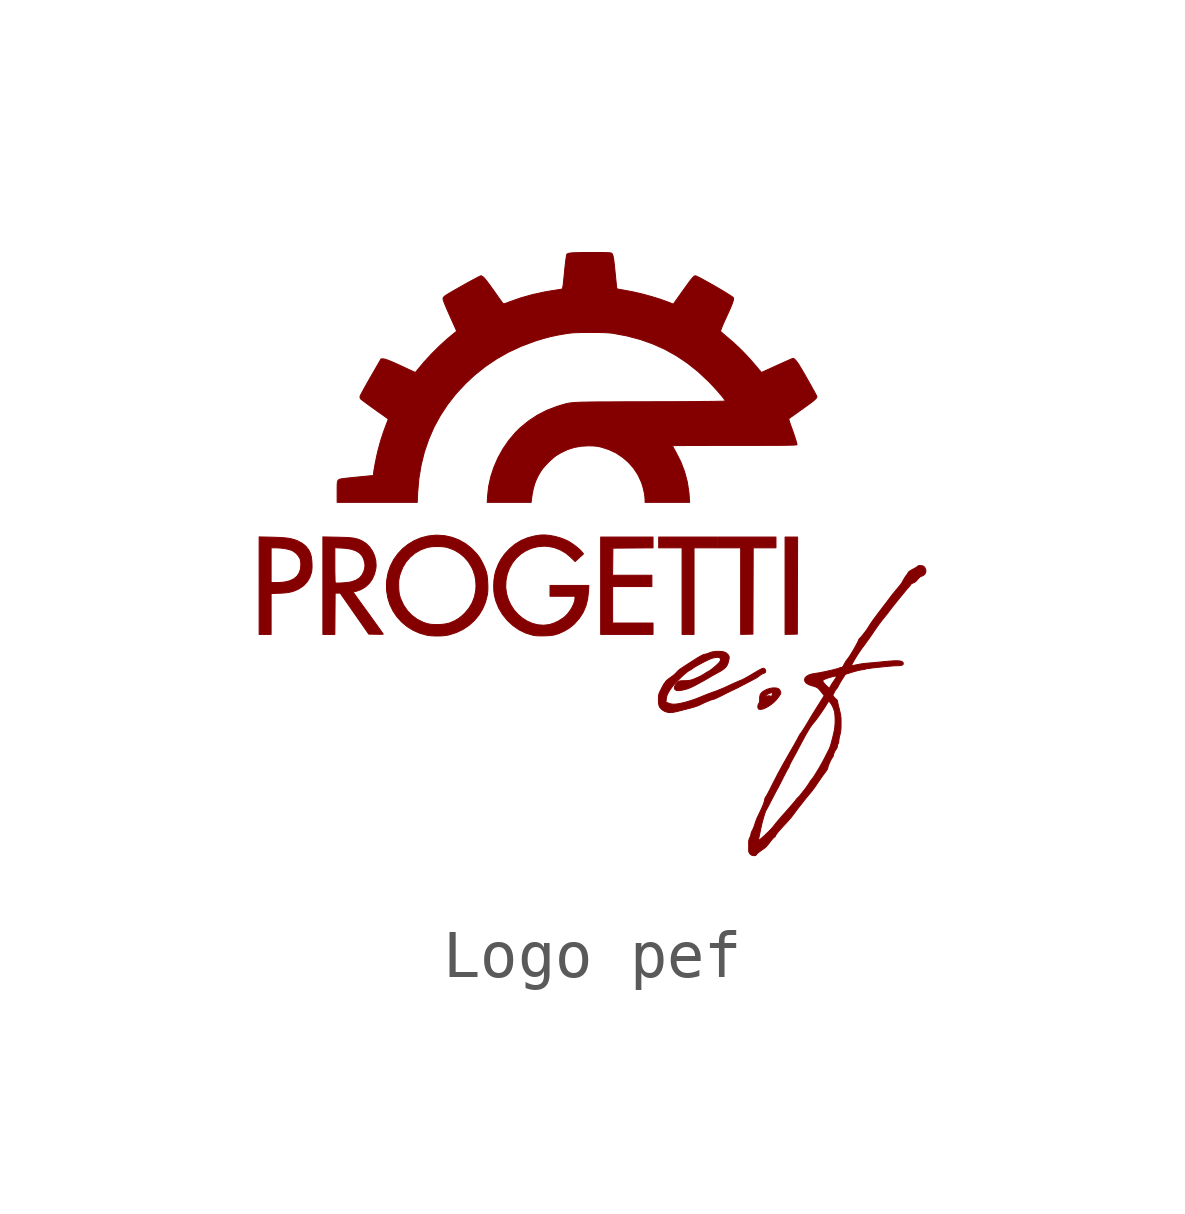
<source format=kicad_sym>
(kicad_symbol_lib
  (version 20211014)
  (generator kicad_symbol_editor)
  (symbol "Logo pef"
    (pin_names
      (offset 1.016))
    (property "Reference" "#G"
      (at 0 6.361 0)
      (effects (font (size 1.27 1.27)) hide))
    (symbol "Logo pef_0_0"
      (polyline (pts (xy 4.147 -1.61) (xy 4.275 -1.607) (xy 4.281 0.415) (xy 4.02 0.415) (xy 4.02 -1.613) (xy 4.147 -1.61)) (stroke (width 0.01) (type default) (color 0 0 0 0)) (fill (type outline)))
      (polyline (pts (xy 2.123 0.19) (xy 2.609 0.19) (xy 2.609 0.415) (xy 1.387 0.415) (xy 1.387 0.19) (xy 1.874 0.19) (xy 1.874 -1.613) (xy 2.123 -1.613) (xy 2.123 0.19)) (stroke (width 0.01) (type default) (color 0 0 0 0)) (fill (type outline)))
      (polyline (pts (xy 3.222 -1.61) (xy 3.35 -1.607) (xy 3.353 -0.709) (xy 3.356 0.19) (xy 3.83 0.19) (xy 3.83 0.415) (xy 2.621 0.415) (xy 2.621 0.19) (xy 3.095 0.19) (xy 3.095 -1.613) (xy 3.222 -1.61)) (stroke (width 0.01) (type default) (color 0 0 0 0)) (fill (type outline)))
      (polyline (pts (xy 1.269 -1.376) (xy 0.427 -1.376) (xy 0.427 -0.617) (xy 1.245 -0.617) (xy 1.245 -0.38) (xy 0.426 -0.38) (xy 0.43 -0.098) (xy 0.433 0.184) (xy 1.269 0.19) (xy 1.269 0.415) (xy 0.178 0.415) (xy 0.178 -1.613) (xy 1.269 -1.613) (xy 1.269 -1.376)) (stroke (width 0.01) (type default) (color 0 0 0 0)) (fill (type outline)))
      (polyline (pts (xy 3.558 -3.167) (xy 3.612 -3.145) (xy 3.671 -3.113) (xy 3.731 -3.072) (xy 3.788 -3.025) (xy 3.84 -2.973) (xy 3.883 -2.919) (xy 3.909 -2.88) (xy 3.925 -2.853) (xy 3.931 -2.834) (xy 3.929 -2.817) (xy 3.921 -2.795) (xy 3.906 -2.767) (xy 3.881 -2.743) (xy 3.844 -2.731) (xy 3.79 -2.727) (xy 3.727 -2.733) (xy 3.642 -2.757) (xy 3.567 -2.797) (xy 3.536 -2.822) (xy 3.507 -2.858) (xy 3.493 -2.902) (xy 3.493 -2.902) (xy 3.606 -2.902) (xy 3.616 -2.889) (xy 3.631 -2.874) (xy 3.674 -2.848) (xy 3.728 -2.829) (xy 3.731 -2.828) (xy 3.752 -2.825) (xy 3.758 -2.834) (xy 3.755 -2.86) (xy 3.751 -2.875) (xy 3.741 -2.902) (xy 3.73 -2.913) (xy 3.722 -2.906) (xy 3.709 -2.895) (xy 3.679 -2.892) (xy 3.635 -2.9) (xy 3.613 -2.905) (xy 3.606 -2.902) (xy 3.493 -2.902) (xy 3.49 -2.961) (xy 3.49 -3) (xy 3.484 -3.034) (xy 3.471 -3.056) (xy 3.463 -3.068) (xy 3.453 -3.102) (xy 3.453 -3.137) (xy 3.465 -3.164) (xy 3.477 -3.172) (xy 3.512 -3.176) (xy 3.558 -3.167)) (stroke (width 0.01) (type default) (color 0 0 0 0)) (fill (type outline)))
      (polyline (pts (xy -6.688 -0.762) (xy -6.513 -0.755) (xy -6.466 -0.753) (xy -6.377 -0.746) (xy -6.303 -0.735) (xy -6.238 -0.719) (xy -6.177 -0.697) (xy -6.115 -0.667) (xy -6.101 -0.659) (xy -6.009 -0.596) (xy -5.935 -0.517) (xy -5.881 -0.424) (xy -5.846 -0.319) (xy -5.84 -0.283) (xy -5.835 -0.212) (xy -5.836 -0.133) (xy -5.842 -0.054) (xy -5.853 0.017) (xy -5.869 0.073) (xy -5.901 0.141) (xy -5.962 0.221) (xy -6.041 0.286) (xy -6.139 0.337) (xy -6.14 0.338) (xy -6.194 0.358) (xy -6.249 0.374) (xy -6.308 0.387) (xy -6.375 0.396) (xy -6.453 0.403) (xy -6.547 0.408) (xy -6.661 0.412) (xy -6.937 0.418) (xy -6.937 -0.534) (xy -6.688 -0.534) (xy -6.688 0.19) (xy -6.582 0.19) (xy -6.57 0.19) (xy -6.484 0.185) (xy -6.398 0.174) (xy -6.32 0.157) (xy -6.258 0.137) (xy -6.229 0.122) (xy -6.173 0.081) (xy -6.125 0.03) (xy -6.092 -0.023) (xy -6.083 -0.044) (xy -6.072 -0.098) (xy -6.068 -0.166) (xy -6.076 -0.253) (xy -6.104 -0.335) (xy -6.15 -0.402) (xy -6.215 -0.456) (xy -6.3 -0.496) (xy -6.403 -0.521) (xy -6.409 -0.522) (xy -6.462 -0.528) (xy -6.524 -0.532) (xy -6.584 -0.533) (xy -6.688 -0.534) (xy -6.937 -0.534) (xy -6.937 -1.613) (xy -6.688 -1.613) (xy -6.688 -0.762)) (stroke (width 0.01) (type default) (color 0 0 0 0)) (fill (type outline)))
      (polyline (pts (xy -5.357 -1.183) (xy -5.354 -0.753) (xy -5.248 -0.753) (xy -4.653 -1.607) (xy -4.502 -1.61) (xy -4.494 -1.61) (xy -4.439 -1.611) (xy -4.393 -1.611) (xy -4.363 -1.609) (xy -4.352 -1.607) (xy -4.356 -1.6) (xy -4.373 -1.576) (xy -4.401 -1.536) (xy -4.44 -1.482) (xy -4.487 -1.416) (xy -4.541 -1.341) (xy -4.601 -1.257) (xy -4.666 -1.168) (xy -4.718 -1.096) (xy -4.779 -1.012) (xy -4.835 -0.934) (xy -4.884 -0.867) (xy -4.924 -0.81) (xy -4.954 -0.767) (xy -4.974 -0.74) (xy -4.98 -0.729) (xy -4.977 -0.726) (xy -4.958 -0.723) (xy -4.941 -0.721) (xy -4.907 -0.712) (xy -4.867 -0.699) (xy -4.812 -0.677) (xy -4.719 -0.621) (xy -4.64 -0.547) (xy -4.578 -0.457) (xy -4.532 -0.353) (xy -4.505 -0.237) (xy -4.5 -0.18) (xy -4.507 -0.075) (xy -4.533 0.027) (xy -4.577 0.123) (xy -4.636 0.209) (xy -4.709 0.281) (xy -4.793 0.335) (xy -4.795 0.336) (xy -4.839 0.356) (xy -4.882 0.372) (xy -4.927 0.384) (xy -4.977 0.394) (xy -5.037 0.401) (xy -5.11 0.406) (xy -5.2 0.409) (xy -5.309 0.412) (xy -5.609 0.418) (xy -5.609 0.193) (xy -5.36 0.193) (xy -5.215 0.186) (xy -5.134 0.18) (xy -5.022 0.162) (xy -4.93 0.132) (xy -4.857 0.091) (xy -4.801 0.036) (xy -4.763 -0.031) (xy -4.74 -0.112) (xy -4.736 -0.136) (xy -4.732 -0.18) (xy -4.736 -0.221) (xy -4.747 -0.271) (xy -4.756 -0.299) (xy -4.793 -0.376) (xy -4.847 -0.437) (xy -4.919 -0.483) (xy -5.01 -0.516) (xy -5.037 -0.521) (xy -5.084 -0.529) (xy -5.139 -0.535) (xy -5.197 -0.54) (xy -5.253 -0.543) (xy -5.3 -0.544) (xy -5.335 -0.543) (xy -5.351 -0.539) (xy -5.352 -0.536) (xy -5.354 -0.514) (xy -5.356 -0.472) (xy -5.357 -0.413) (xy -5.359 -0.341) (xy -5.36 -0.259) (xy -5.36 -0.168) (xy -5.36 0.193) (xy -5.609 0.193) (xy -5.609 -1.613) (xy -5.36 -1.613) (xy -5.357 -1.183)) (stroke (width 0.01) (type default) (color 0 0 0 0)) (fill (type outline)))
      (polyline (pts (xy -0.983 -1.643) (xy -0.899 -1.639) (xy -0.824 -1.631) (xy -0.765 -1.619) (xy -0.689 -1.594) (xy -0.579 -1.543) (xy -0.474 -1.48) (xy -0.384 -1.408) (xy -0.359 -1.383) (xy -0.263 -1.273) (xy -0.186 -1.153) (xy -0.13 -1.022) (xy -0.093 -0.878) (xy -0.075 -0.72) (xy -0.068 -0.593) (xy -0.877 -0.593) (xy -0.877 -0.818) (xy -0.356 -0.818) (xy -0.356 -0.858) (xy -0.362 -0.91) (xy -0.385 -0.981) (xy -0.421 -1.056) (xy -0.468 -1.13) (xy -0.521 -1.197) (xy -0.579 -1.253) (xy -0.616 -1.28) (xy -0.702 -1.334) (xy -0.793 -1.377) (xy -0.88 -1.405) (xy -0.896 -1.409) (xy -1.014 -1.422) (xy -1.13 -1.413) (xy -1.244 -1.384) (xy -1.352 -1.337) (xy -1.453 -1.273) (xy -1.546 -1.194) (xy -1.627 -1.102) (xy -1.694 -0.998) (xy -1.747 -0.884) (xy -1.783 -0.762) (xy -1.8 -0.633) (xy -1.8 -0.626) (xy -1.794 -0.488) (xy -1.768 -0.357) (xy -1.722 -0.235) (xy -1.659 -0.123) (xy -1.579 -0.024) (xy -1.485 0.061) (xy -1.378 0.13) (xy -1.26 0.182) (xy -1.132 0.214) (xy -0.997 0.225) (xy -0.916 0.221) (xy -0.787 0.195) (xy -0.663 0.148) (xy -0.547 0.08) (xy -0.444 -0.007) (xy -0.354 -0.095) (xy -0.18 0.064) (xy -0.212 0.105) (xy -0.225 0.12) (xy -0.264 0.16) (xy -0.316 0.204) (xy -0.375 0.249) (xy -0.434 0.291) (xy -0.489 0.325) (xy -0.562 0.36) (xy -0.663 0.398) (xy -0.772 0.428) (xy -0.882 0.449) (xy -0.985 0.459) (xy -1.076 0.457) (xy -1.193 0.439) (xy -1.342 0.401) (xy -1.478 0.344) (xy -1.602 0.269) (xy -1.716 0.174) (xy -1.718 0.172) (xy -1.816 0.068) (xy -1.895 -0.041) (xy -1.958 -0.16) (xy -2.01 -0.296) (xy -2.031 -0.384) (xy -2.046 -0.489) (xy -2.051 -0.6) (xy -2.048 -0.709) (xy -2.034 -0.807) (xy -2.004 -0.922) (xy -1.946 -1.065) (xy -1.865 -1.199) (xy -1.763 -1.324) (xy -1.647 -1.431) (xy -1.52 -1.519) (xy -1.384 -1.585) (xy -1.239 -1.629) (xy -1.216 -1.634) (xy -1.149 -1.641) (xy -1.069 -1.644) (xy -0.983 -1.643)) (stroke (width 0.01) (type default) (color 0 0 0 0)) (fill (type outline)))
      (polyline (pts (xy -3.18 -1.646) (xy -3.094 -1.641) (xy -3.022 -1.631) (xy -2.978 -1.622) (xy -2.828 -1.575) (xy -2.689 -1.508) (xy -2.563 -1.424) (xy -2.452 -1.323) (xy -2.357 -1.208) (xy -2.279 -1.079) (xy -2.22 -0.938) (xy -2.182 -0.787) (xy -2.179 -0.768) (xy -2.173 -0.702) (xy -2.172 -0.623) (xy -2.174 -0.538) (xy -2.18 -0.456) (xy -2.188 -0.383) (xy -2.2 -0.326) (xy -2.214 -0.281) (xy -2.244 -0.205) (xy -2.28 -0.127) (xy -2.319 -0.054) (xy -2.356 0.004) (xy -2.403 0.065) (xy -2.514 0.181) (xy -2.637 0.277) (xy -2.771 0.353) (xy -2.915 0.409) (xy -3.067 0.443) (xy -3.225 0.454) (xy -3.264 0.454) (xy -3.419 0.437) (xy -3.566 0.399) (xy -3.705 0.341) (xy -3.832 0.265) (xy -3.948 0.173) (xy -4.049 0.065) (xy -4.135 -0.057) (xy -4.203 -0.19) (xy -4.252 -0.335) (xy -4.28 -0.488) (xy -4.284 -0.539) (xy -4.031 -0.539) (xy -4.028 -0.489) (xy -4.021 -0.443) (xy -4.01 -0.393) (xy -3.997 -0.348) (xy -3.946 -0.219) (xy -3.876 -0.103) (xy -3.788 -0.002) (xy -3.685 0.083) (xy -3.568 0.15) (xy -3.438 0.197) (xy -3.411 0.203) (xy -3.337 0.214) (xy -3.251 0.218) (xy -3.162 0.217) (xy -3.08 0.21) (xy -3.012 0.197) (xy -3.01 0.196) (xy -2.884 0.15) (xy -2.768 0.083) (xy -2.665 -0.001) (xy -2.578 -0.101) (xy -2.509 -0.214) (xy -2.483 -0.27) (xy -2.446 -0.375) (xy -2.426 -0.482) (xy -2.419 -0.6) (xy -2.424 -0.692) (xy -2.45 -0.827) (xy -2.498 -0.953) (xy -2.567 -1.069) (xy -2.656 -1.174) (xy -2.706 -1.221) (xy -2.786 -1.284) (xy -2.87 -1.333) (xy -2.966 -1.373) (xy -3.003 -1.384) (xy -3.087 -1.4) (xy -3.181 -1.408) (xy -3.277 -1.409) (xy -3.367 -1.402) (xy -3.443 -1.387) (xy -3.523 -1.359) (xy -3.646 -1.297) (xy -3.755 -1.216) (xy -3.849 -1.118) (xy -3.927 -1.003) (xy -3.987 -0.873) (xy -3.999 -0.84) (xy -4.012 -0.796) (xy -4.02 -0.753) (xy -4.026 -0.701) (xy -4.029 -0.633) (xy -4.03 -0.601) (xy -4.031 -0.539) (xy -4.284 -0.539) (xy -4.285 -0.544) (xy -4.282 -0.698) (xy -4.258 -0.847) (xy -4.214 -0.989) (xy -4.15 -1.121) (xy -4.069 -1.243) (xy -3.97 -1.353) (xy -3.857 -1.448) (xy -3.73 -1.527) (xy -3.59 -1.589) (xy -3.439 -1.631) (xy -3.431 -1.632) (xy -3.357 -1.641) (xy -3.271 -1.646) (xy -3.18 -1.646)) (stroke (width 0.01) (type default) (color 0 0 0 0)) (fill (type outline)))
      (polyline (pts (xy 1.679 -3.238) (xy 1.773 -3.219) (xy 1.799 -3.212) (xy 1.852 -3.198) (xy 1.903 -3.185) (xy 1.974 -3.167) (xy 2.059 -3.145) (xy 2.125 -3.126) (xy 2.178 -3.109) (xy 2.219 -3.093) (xy 2.252 -3.078) (xy 2.254 -3.077) (xy 2.307 -3.051) (xy 2.364 -3.025) (xy 2.42 -3.002) (xy 2.469 -2.982) (xy 2.507 -2.969) (xy 2.529 -2.965) (xy 2.54 -2.962) (xy 2.571 -2.949) (xy 2.615 -2.929) (xy 2.67 -2.903) (xy 2.731 -2.873) (xy 2.772 -2.851) (xy 2.835 -2.82) (xy 2.891 -2.792) (xy 2.936 -2.771) (xy 2.965 -2.757) (xy 2.981 -2.75) (xy 3.02 -2.731) (xy 3.072 -2.704) (xy 3.132 -2.673) (xy 3.196 -2.64) (xy 3.238 -2.618) (xy 3.297 -2.587) (xy 3.348 -2.56) (xy 3.387 -2.539) (xy 3.409 -2.528) (xy 3.421 -2.521) (xy 3.456 -2.498) (xy 3.491 -2.471) (xy 3.506 -2.459) (xy 3.541 -2.437) (xy 3.571 -2.425) (xy 3.598 -2.414) (xy 3.613 -2.4) (xy 3.614 -2.397) (xy 3.615 -2.366) (xy 3.602 -2.337) (xy 3.582 -2.321) (xy 3.571 -2.319) (xy 3.558 -2.32) (xy 3.541 -2.325) (xy 3.516 -2.337) (xy 3.483 -2.354) (xy 3.436 -2.381) (xy 3.375 -2.417) (xy 3.297 -2.464) (xy 3.29 -2.467) (xy 3.236 -2.499) (xy 3.185 -2.527) (xy 3.144 -2.549) (xy 3.119 -2.561) (xy 3.119 -2.561) (xy 3.084 -2.575) (xy 3.049 -2.589) (xy 3.01 -2.606) (xy 2.962 -2.627) (xy 2.901 -2.655) (xy 2.822 -2.692) (xy 2.799 -2.703) (xy 2.729 -2.734) (xy 2.659 -2.763) (xy 2.597 -2.788) (xy 2.55 -2.805) (xy 2.52 -2.815) (xy 2.457 -2.838) (xy 2.388 -2.864) (xy 2.324 -2.89) (xy 2.26 -2.917) (xy 2.153 -2.959) (xy 2.056 -2.992) (xy 1.964 -3.02) (xy 1.87 -3.043) (xy 1.819 -3.054) (xy 1.746 -3.065) (xy 1.686 -3.067) (xy 1.633 -3.059) (xy 1.583 -3.042) (xy 1.538 -3.024) (xy 1.546 -2.952) (xy 1.55 -2.923) (xy 1.564 -2.874) (xy 1.589 -2.822) (xy 1.627 -2.762) (xy 1.679 -2.69) (xy 1.707 -2.657) (xy 1.75 -2.61) (xy 1.8 -2.559) (xy 1.853 -2.507) (xy 1.906 -2.458) (xy 1.954 -2.416) (xy 1.994 -2.385) (xy 2.022 -2.367) (xy 2.03 -2.363) (xy 2.068 -2.341) (xy 2.099 -2.319) (xy 2.111 -2.309) (xy 2.145 -2.288) (xy 2.193 -2.26) (xy 2.25 -2.229) (xy 2.311 -2.197) (xy 2.37 -2.167) (xy 2.424 -2.141) (xy 2.467 -2.122) (xy 2.503 -2.109) (xy 2.566 -2.093) (xy 2.616 -2.09) (xy 2.653 -2.098) (xy 2.674 -2.117) (xy 2.676 -2.146) (xy 2.659 -2.184) (xy 2.646 -2.201) (xy 2.614 -2.233) (xy 2.573 -2.271) (xy 2.526 -2.31) (xy 2.481 -2.346) (xy 2.441 -2.374) (xy 2.413 -2.39) (xy 2.382 -2.406) (xy 2.348 -2.428) (xy 2.313 -2.451) (xy 2.258 -2.482) (xy 2.189 -2.514) (xy 2.114 -2.546) (xy 2.082 -2.558) (xy 2.036 -2.57) (xy 1.987 -2.576) (xy 1.925 -2.578) (xy 1.916 -2.578) (xy 1.867 -2.579) (xy 1.835 -2.582) (xy 1.813 -2.588) (xy 1.795 -2.6) (xy 1.774 -2.619) (xy 1.741 -2.657) (xy 1.718 -2.7) (xy 1.714 -2.736) (xy 1.728 -2.765) (xy 1.763 -2.782) (xy 1.767 -2.783) (xy 1.805 -2.784) (xy 1.859 -2.778) (xy 1.92 -2.765) (xy 1.982 -2.748) (xy 2.04 -2.726) (xy 2.067 -2.714) (xy 2.121 -2.688) (xy 2.186 -2.654) (xy 2.257 -2.615) (xy 2.329 -2.576) (xy 2.397 -2.537) (xy 2.455 -2.503) (xy 2.468 -2.494) (xy 2.51 -2.47) (xy 2.561 -2.442) (xy 2.612 -2.414) (xy 2.687 -2.372) (xy 2.743 -2.334) (xy 2.784 -2.297) (xy 2.812 -2.256) (xy 2.832 -2.209) (xy 2.847 -2.151) (xy 2.853 -2.12) (xy 2.856 -2.09) (xy 2.852 -2.069) (xy 2.841 -2.048) (xy 2.832 -2.036) (xy 2.799 -2.002) (xy 2.757 -1.981) (xy 2.702 -1.969) (xy 2.629 -1.966) (xy 2.586 -1.967) (xy 2.534 -1.972) (xy 2.49 -1.981) (xy 2.443 -1.997) (xy 2.403 -2.013) (xy 2.368 -2.023) (xy 2.348 -2.028) (xy 2.334 -2.03) (xy 2.312 -2.037) (xy 2.282 -2.052) (xy 2.242 -2.074) (xy 2.19 -2.104) (xy 2.126 -2.145) (xy 2.046 -2.196) (xy 1.95 -2.258) (xy 1.837 -2.333) (xy 1.827 -2.34) (xy 1.79 -2.371) (xy 1.758 -2.405) (xy 1.753 -2.411) (xy 1.723 -2.441) (xy 1.681 -2.475) (xy 1.637 -2.508) (xy 1.624 -2.517) (xy 1.583 -2.547) (xy 1.55 -2.575) (xy 1.532 -2.596) (xy 1.516 -2.619) (xy 1.505 -2.632) (xy 1.499 -2.64) (xy 1.484 -2.666) (xy 1.463 -2.704) (xy 1.439 -2.751) (xy 1.426 -2.778) (xy 1.405 -2.821) (xy 1.391 -2.855) (xy 1.385 -2.886) (xy 1.382 -2.922) (xy 1.381 -2.97) (xy 1.382 -3.013) (xy 1.386 -3.059) (xy 1.393 -3.094) (xy 1.406 -3.125) (xy 1.418 -3.143) (xy 1.46 -3.185) (xy 1.515 -3.218) (xy 1.577 -3.237) (xy 1.599 -3.24) (xy 1.679 -3.238)) (stroke (width 0.01) (type default) (color 0 0 0 0)) (fill (type outline)))
      (polyline (pts (xy -3.636 1.318) (xy -3.635 1.333) (xy -3.61 1.627) (xy -3.563 1.911) (xy -3.495 2.186) (xy -3.405 2.449) (xy -3.295 2.703) (xy -3.162 2.946) (xy -3.009 3.179) (xy -2.835 3.4) (xy -2.639 3.611) (xy -2.455 3.783) (xy -2.23 3.964) (xy -1.992 4.125) (xy -1.742 4.267) (xy -1.477 4.39) (xy -1.198 4.494) (xy -1.173 4.503) (xy -1.018 4.55) (xy -0.868 4.59) (xy -0.714 4.623) (xy -0.546 4.652) (xy -0.526 4.655) (xy -0.474 4.662) (xy -0.424 4.668) (xy -0.37 4.672) (xy -0.309 4.674) (xy -0.237 4.676) (xy -0.149 4.677) (xy -0.042 4.678) (xy 0.067 4.677) (xy 0.182 4.676) (xy 0.279 4.673) (xy 0.355 4.668) (xy 0.409 4.663) (xy 0.437 4.659) (xy 0.726 4.605) (xy 1.002 4.532) (xy 1.264 4.439) (xy 1.515 4.327) (xy 1.754 4.194) (xy 1.983 4.041) (xy 2.203 3.866) (xy 2.413 3.67) (xy 2.451 3.632) (xy 2.508 3.572) (xy 2.564 3.511) (xy 2.619 3.45) (xy 2.669 3.392) (xy 2.712 3.34) (xy 2.745 3.297) (xy 2.767 3.266) (xy 2.775 3.249) (xy 2.773 3.248) (xy 2.752 3.247) (xy 2.709 3.245) (xy 2.644 3.244) (xy 2.558 3.242) (xy 2.452 3.241) (xy 2.326 3.24) (xy 2.181 3.238) (xy 2.019 3.237) (xy 1.839 3.236) (xy 1.644 3.235) (xy 1.433 3.235) (xy 1.207 3.234) (xy 1.103 3.234) (xy 0.884 3.233) (xy 0.688 3.233) (xy 0.512 3.232) (xy 0.356 3.231) (xy 0.217 3.231) (xy 0.095 3.23) (xy -0.012 3.229) (xy -0.105 3.227) (xy -0.186 3.226) (xy -0.255 3.224) (xy -0.315 3.221) (xy -0.366 3.218) (xy -0.41 3.214) (xy -0.448 3.21) (xy -0.481 3.205) (xy -0.511 3.2) (xy -0.539 3.194) (xy -0.566 3.187) (xy -0.594 3.179) (xy -0.625 3.17) (xy -0.658 3.16) (xy -0.737 3.135) (xy -0.946 3.055) (xy -1.142 2.954) (xy -1.326 2.832) (xy -1.499 2.69) (xy -1.602 2.588) (xy -1.737 2.428) (xy -1.857 2.253) (xy -1.96 2.068) (xy -2.045 1.873) (xy -2.111 1.673) (xy -2.156 1.469) (xy -2.178 1.266) (xy -2.185 1.138) (xy -1.27 1.138) (xy -1.264 1.195) (xy -1.251 1.292) (xy -1.228 1.41) (xy -1.2 1.515) (xy -1.163 1.611) (xy -1.117 1.705) (xy -1.058 1.802) (xy -1.056 1.805) (xy -1.019 1.854) (xy -0.969 1.911) (xy -0.911 1.971) (xy -0.851 2.028) (xy -0.794 2.078) (xy -0.746 2.114) (xy -0.658 2.167) (xy -0.518 2.235) (xy -0.375 2.281) (xy -0.226 2.308) (xy -0.065 2.316) (xy -0.04 2.315) (xy 0.031 2.313) (xy 0.09 2.308) (xy 0.145 2.299) (xy 0.205 2.284) (xy 0.349 2.237) (xy 0.498 2.167) (xy 0.634 2.077) (xy 0.757 1.971) (xy 0.864 1.85) (xy 0.953 1.715) (xy 1.022 1.569) (xy 1.044 1.507) (xy 1.067 1.425) (xy 1.086 1.341) (xy 1.098 1.264) (xy 1.103 1.201) (xy 1.103 1.138) (xy 2.031 1.138) (xy 2.023 1.26) (xy 2.017 1.345) (xy 1.983 1.565) (xy 1.927 1.776) (xy 1.849 1.98) (xy 1.748 2.179) (xy 1.743 2.188) (xy 1.715 2.237) (xy 1.693 2.278) (xy 1.678 2.307) (xy 1.672 2.318) (xy 1.672 2.319) (xy 1.688 2.319) (xy 1.725 2.32) (xy 1.782 2.321) (xy 1.859 2.321) (xy 1.953 2.322) (xy 2.063 2.322) (xy 2.187 2.323) (xy 2.324 2.323) (xy 2.472 2.324) (xy 2.631 2.324) (xy 2.797 2.324) (xy 2.97 2.324) (xy 3.234 2.324) (xy 3.415 2.324) (xy 3.575 2.325) (xy 3.714 2.325) (xy 3.835 2.326) (xy 3.939 2.326) (xy 4.026 2.327) (xy 4.097 2.328) (xy 4.154 2.33) (xy 4.199 2.331) (xy 4.231 2.333) (xy 4.253 2.335) (xy 4.265 2.337) (xy 4.269 2.34) (xy 4.269 2.342) (xy 4.263 2.367) (xy 4.252 2.409) (xy 4.235 2.464) (xy 4.214 2.528) (xy 4.191 2.597) (xy 4.166 2.666) (xy 4.142 2.732) (xy 4.139 2.739) (xy 4.121 2.792) (xy 4.107 2.836) (xy 4.099 2.867) (xy 4.099 2.881) (xy 4.099 2.881) (xy 4.112 2.891) (xy 4.141 2.912) (xy 4.185 2.943) (xy 4.24 2.982) (xy 4.303 3.027) (xy 4.373 3.077) (xy 4.447 3.13) (xy 4.521 3.183) (xy 4.578 3.226) (xy 4.621 3.26) (xy 4.651 3.288) (xy 4.671 3.309) (xy 4.681 3.326) (xy 4.684 3.34) (xy 4.684 3.341) (xy 4.677 3.356) (xy 4.66 3.389) (xy 4.635 3.437) (xy 4.602 3.495) (xy 4.565 3.562) (xy 4.525 3.634) (xy 4.483 3.708) (xy 4.441 3.781) (xy 4.401 3.851) (xy 4.364 3.914) (xy 4.332 3.967) (xy 4.308 4.008) (xy 4.279 4.05) (xy 4.242 4.098) (xy 4.21 4.128) (xy 4.187 4.138) (xy 4.184 4.137) (xy 4.163 4.13) (xy 4.125 4.114) (xy 4.071 4.09) (xy 4.005 4.061) (xy 3.93 4.027) (xy 3.848 3.99) (xy 3.528 3.844) (xy 3.492 3.886) (xy 3.428 3.963) (xy 3.302 4.108) (xy 3.182 4.238) (xy 3.066 4.355) (xy 2.949 4.464) (xy 2.829 4.568) (xy 2.801 4.591) (xy 2.754 4.631) (xy 2.715 4.664) (xy 2.688 4.688) (xy 2.676 4.7) (xy 2.675 4.702) (xy 2.68 4.723) (xy 2.695 4.763) (xy 2.717 4.819) (xy 2.748 4.89) (xy 2.787 4.974) (xy 2.789 4.979) (xy 2.837 5.084) (xy 2.875 5.169) (xy 2.904 5.238) (xy 2.925 5.292) (xy 2.938 5.333) (xy 2.946 5.364) (xy 2.947 5.386) (xy 2.943 5.402) (xy 2.94 5.405) (xy 2.92 5.421) (xy 2.883 5.446) (xy 2.832 5.479) (xy 2.77 5.517) (xy 2.699 5.56) (xy 2.623 5.605) (xy 2.544 5.651) (xy 2.465 5.696) (xy 2.389 5.738) (xy 2.319 5.777) (xy 2.258 5.81) (xy 2.208 5.835) (xy 2.173 5.852) (xy 2.155 5.858) (xy 2.15 5.858) (xy 2.138 5.855) (xy 2.125 5.849) (xy 2.11 5.836) (xy 2.09 5.815) (xy 2.064 5.784) (xy 2.032 5.742) (xy 1.99 5.685) (xy 1.938 5.613) (xy 1.874 5.524) (xy 1.691 5.267) (xy 1.631 5.292) (xy 1.57 5.316) (xy 1.407 5.374) (xy 1.231 5.428) (xy 1.048 5.478) (xy 0.865 5.521) (xy 0.69 5.554) (xy 0.664 5.559) (xy 0.607 5.569) (xy 0.56 5.577) (xy 0.528 5.584) (xy 0.516 5.587) (xy 0.516 5.587) (xy 0.514 5.601) (xy 0.509 5.635) (xy 0.504 5.686) (xy 0.497 5.752) (xy 0.489 5.829) (xy 0.481 5.913) (xy 0.478 5.94) (xy 0.468 6.043) (xy 0.459 6.126) (xy 0.451 6.19) (xy 0.443 6.239) (xy 0.435 6.275) (xy 0.426 6.301) (xy 0.416 6.318) (xy 0.405 6.329) (xy 0.405 6.33) (xy 0.392 6.334) (xy 0.367 6.337) (xy 0.327 6.34) (xy 0.272 6.342) (xy 0.198 6.343) (xy 0.104 6.343) (xy -0.015 6.343) (xy -0.138 6.343) (xy -0.24 6.342) (xy -0.323 6.34) (xy -0.388 6.338) (xy -0.438 6.334) (xy -0.474 6.329) (xy -0.5 6.322) (xy -0.517 6.314) (xy -0.528 6.304) (xy -0.529 6.302) (xy -0.534 6.279) (xy -0.541 6.237) (xy -0.549 6.179) (xy -0.557 6.107) (xy -0.567 6.024) (xy -0.576 5.935) (xy -0.584 5.848) (xy -0.593 5.766) (xy -0.599 5.702) (xy -0.605 5.656) (xy -0.611 5.623) (xy -0.616 5.601) (xy -0.621 5.589) (xy -0.627 5.582) (xy -0.634 5.58) (xy -0.638 5.579) (xy -0.664 5.575) (xy -0.707 5.568) (xy -0.762 5.559) (xy -0.824 5.55) (xy -0.994 5.521) (xy -1.249 5.465) (xy -1.49 5.397) (xy -1.714 5.318) (xy -1.752 5.303) (xy -1.796 5.287) (xy -1.824 5.278) (xy -1.842 5.276) (xy -1.853 5.279) (xy -1.862 5.288) (xy -1.867 5.296) (xy -1.887 5.322) (xy -1.916 5.362) (xy -1.953 5.414) (xy -1.996 5.475) (xy -2.043 5.541) (xy -2.089 5.605) (xy -2.145 5.683) (xy -2.191 5.744) (xy -2.228 5.79) (xy -2.257 5.822) (xy -2.281 5.843) (xy -2.3 5.854) (xy -2.316 5.858) (xy -2.323 5.856) (xy -2.35 5.843) (xy -2.393 5.822) (xy -2.448 5.793) (xy -2.514 5.757) (xy -2.587 5.718) (xy -2.663 5.675) (xy -2.741 5.631) (xy -2.817 5.588) (xy -2.889 5.547) (xy -2.953 5.51) (xy -3.006 5.478) (xy -3.046 5.452) (xy -3.07 5.436) (xy -3.071 5.435) (xy -3.096 5.412) (xy -3.105 5.391) (xy -3.103 5.361) (xy -3.103 5.36) (xy -3.096 5.336) (xy -3.08 5.294) (xy -3.057 5.237) (xy -3.029 5.169) (xy -2.995 5.093) (xy -2.959 5.011) (xy -2.821 4.704) (xy -2.86 4.673) (xy -3.009 4.551) (xy -3.181 4.395) (xy -3.349 4.228) (xy -3.508 4.054) (xy -3.652 3.881) (xy -3.682 3.843) (xy -3.913 3.95) (xy -4.005 3.993) (xy -4.095 4.034) (xy -4.168 4.066) (xy -4.227 4.09) (xy -4.272 4.107) (xy -4.308 4.119) (xy -4.335 4.125) (xy -4.356 4.127) (xy -4.397 4.127) (xy -4.614 3.751) (xy -4.663 3.666) (xy -4.709 3.584) (xy -4.75 3.511) (xy -4.784 3.447) (xy -4.811 3.397) (xy -4.829 3.362) (xy -4.835 3.345) (xy -4.835 3.321) (xy -4.824 3.295) (xy -4.823 3.294) (xy -4.806 3.28) (xy -4.773 3.254) (xy -4.726 3.219) (xy -4.668 3.176) (xy -4.602 3.128) (xy -4.53 3.077) (xy -4.513 3.064) (xy -4.443 3.014) (xy -4.38 2.97) (xy -4.326 2.932) (xy -4.285 2.902) (xy -4.258 2.883) (xy -4.248 2.876) (xy -4.248 2.876) (xy -4.251 2.863) (xy -4.261 2.833) (xy -4.277 2.79) (xy -4.297 2.738) (xy -4.342 2.616) (xy -4.404 2.428) (xy -4.457 2.234) (xy -4.471 2.176) (xy -4.488 2.102) (xy -4.504 2.024) (xy -4.52 1.946) (xy -4.533 1.873) (xy -4.544 1.81) (xy -4.551 1.761) (xy -4.553 1.73) (xy -4.556 1.706) (xy -4.562 1.696) (xy -4.578 1.695) (xy -4.614 1.692) (xy -4.666 1.687) (xy -4.731 1.681) (xy -4.802 1.674) (xy -4.878 1.666) (xy -4.952 1.659) (xy -5.023 1.652) (xy -5.084 1.645) (xy -5.133 1.64) (xy -5.164 1.636) (xy -5.184 1.633) (xy -5.229 1.627) (xy -5.261 1.619) (xy -5.284 1.606) (xy -5.299 1.586) (xy -5.307 1.555) (xy -5.311 1.51) (xy -5.312 1.447) (xy -5.312 1.138) (xy -3.644 1.138) (xy -3.636 1.318)) (stroke (width 0.01) (type default) (color 0 0 0 0)) (fill (type outline)))
      (polyline (pts (xy 3.408 -6.218) (xy 3.424 -6.201) (xy 3.427 -6.194) (xy 3.447 -6.173) (xy 3.48 -6.146) (xy 3.52 -6.117) (xy 3.559 -6.09) (xy 3.593 -6.065) (xy 3.622 -6.04) (xy 3.65 -6.009) (xy 3.683 -5.969) (xy 3.725 -5.914) (xy 3.736 -5.901) (xy 3.764 -5.867) (xy 3.788 -5.843) (xy 3.802 -5.834) (xy 3.811 -5.831) (xy 3.818 -5.813) (xy 3.822 -5.802) (xy 3.842 -5.772) (xy 3.877 -5.727) (xy 3.926 -5.67) (xy 3.989 -5.601) (xy 4.064 -5.521) (xy 4.091 -5.491) (xy 4.129 -5.448) (xy 4.16 -5.41) (xy 4.18 -5.384) (xy 4.193 -5.366) (xy 4.22 -5.329) (xy 4.257 -5.28) (xy 4.301 -5.223) (xy 4.349 -5.162) (xy 4.399 -5.098) (xy 4.447 -5.037) (xy 4.492 -4.982) (xy 4.53 -4.936) (xy 4.558 -4.903) (xy 4.559 -4.901) (xy 4.587 -4.867) (xy 4.623 -4.819) (xy 4.662 -4.764) (xy 4.7 -4.707) (xy 4.701 -4.706) (xy 4.741 -4.648) (xy 4.782 -4.588) (xy 4.82 -4.535) (xy 4.85 -4.495) (xy 4.857 -4.486) (xy 4.884 -4.449) (xy 4.902 -4.418) (xy 4.909 -4.399) (xy 4.914 -4.374) (xy 4.927 -4.335) (xy 4.946 -4.289) (xy 4.967 -4.243) (xy 4.987 -4.205) (xy 5.003 -4.181) (xy 5.02 -4.156) (xy 5.028 -4.128) (xy 5.028 -4.124) (xy 5.038 -4.087) (xy 5.059 -4.042) (xy 5.089 -3.998) (xy 5.104 -3.971) (xy 5.111 -3.938) (xy 5.114 -3.914) (xy 5.125 -3.892) (xy 5.129 -3.885) (xy 5.137 -3.858) (xy 5.141 -3.821) (xy 5.143 -3.799) (xy 5.152 -3.748) (xy 5.165 -3.7) (xy 5.165 -3.697) (xy 5.175 -3.658) (xy 5.181 -3.612) (xy 5.185 -3.552) (xy 5.186 -3.474) (xy 5.186 -3.452) (xy 5.186 -3.387) (xy 5.183 -3.334) (xy 5.176 -3.285) (xy 5.165 -3.233) (xy 5.149 -3.168) (xy 5.148 -3.162) (xy 5.133 -3.105) (xy 5.122 -3.056) (xy 5.114 -3.018) (xy 5.111 -2.999) (xy 5.106 -2.984) (xy 5.088 -2.965) (xy 5.086 -2.964) (xy 5.063 -2.944) (xy 5.039 -2.917) (xy 5.014 -2.881) (xy 5.046 -2.816) (xy 5.062 -2.786) (xy 5.079 -2.761) (xy 5.088 -2.751) (xy 5.097 -2.743) (xy 5.113 -2.718) (xy 5.132 -2.683) (xy 5.134 -2.679) (xy 5.159 -2.633) (xy 5.19 -2.58) (xy 5.222 -2.529) (xy 5.277 -2.444) (xy 5.387 -2.409) (xy 5.405 -2.403) (xy 5.48 -2.381) (xy 5.553 -2.363) (xy 5.615 -2.35) (xy 5.662 -2.344) (xy 5.677 -2.341) (xy 5.698 -2.334) (xy 5.703 -2.332) (xy 5.728 -2.327) (xy 5.771 -2.321) (xy 5.829 -2.313) (xy 5.897 -2.305) (xy 5.973 -2.297) (xy 6.051 -2.289) (xy 6.128 -2.281) (xy 6.201 -2.275) (xy 6.266 -2.269) (xy 6.318 -2.266) (xy 6.354 -2.265) (xy 6.369 -2.265) (xy 6.428 -2.261) (xy 6.465 -2.25) (xy 6.482 -2.233) (xy 6.481 -2.208) (xy 6.479 -2.203) (xy 6.467 -2.186) (xy 6.445 -2.174) (xy 6.412 -2.167) (xy 6.366 -2.163) (xy 6.304 -2.163) (xy 6.225 -2.168) (xy 6.126 -2.176) (xy 6.006 -2.188) (xy 5.946 -2.194) (xy 5.87 -2.201) (xy 5.798 -2.207) (xy 5.728 -2.213) (xy 5.659 -2.22) (xy 5.586 -2.231) (xy 5.523 -2.243) (xy 5.501 -2.248) (xy 5.457 -2.257) (xy 5.424 -2.262) (xy 5.407 -2.263) (xy 5.406 -2.261) (xy 5.41 -2.244) (xy 5.426 -2.212) (xy 5.45 -2.168) (xy 5.481 -2.116) (xy 5.517 -2.057) (xy 5.556 -1.997) (xy 5.597 -1.937) (xy 5.636 -1.882) (xy 5.673 -1.834) (xy 5.694 -1.805) (xy 5.728 -1.758) (xy 5.769 -1.7) (xy 5.814 -1.637) (xy 5.858 -1.571) (xy 5.896 -1.516) (xy 5.942 -1.45) (xy 5.987 -1.388) (xy 6.026 -1.336) (xy 6.056 -1.298) (xy 6.061 -1.292) (xy 6.104 -1.239) (xy 6.151 -1.18) (xy 6.191 -1.127) (xy 6.212 -1.1) (xy 6.248 -1.052) (xy 6.294 -0.995) (xy 6.344 -0.932) (xy 6.397 -0.866) (xy 6.45 -0.802) (xy 6.5 -0.741) (xy 6.543 -0.689) (xy 6.578 -0.648) (xy 6.601 -0.623) (xy 6.607 -0.616) (xy 6.629 -0.589) (xy 6.642 -0.569) (xy 6.643 -0.566) (xy 6.662 -0.552) (xy 6.692 -0.539) (xy 6.707 -0.534) (xy 6.743 -0.511) (xy 6.781 -0.468) (xy 6.802 -0.442) (xy 6.836 -0.413) (xy 6.872 -0.397) (xy 6.893 -0.389) (xy 6.931 -0.359) (xy 6.951 -0.318) (xy 6.953 -0.271) (xy 6.934 -0.225) (xy 6.929 -0.218) (xy 6.91 -0.196) (xy 6.886 -0.185) (xy 6.848 -0.18) (xy 6.824 -0.179) (xy 6.795 -0.183) (xy 6.78 -0.195) (xy 6.778 -0.198) (xy 6.758 -0.213) (xy 6.724 -0.234) (xy 6.682 -0.256) (xy 6.674 -0.26) (xy 6.631 -0.284) (xy 6.601 -0.305) (xy 6.587 -0.321) (xy 6.581 -0.335) (xy 6.566 -0.359) (xy 6.564 -0.361) (xy 6.542 -0.388) (xy 6.516 -0.428) (xy 6.489 -0.472) (xy 6.467 -0.512) (xy 6.46 -0.525) (xy 6.449 -0.543) (xy 6.436 -0.562) (xy 6.417 -0.587) (xy 6.389 -0.621) (xy 6.351 -0.667) (xy 6.3 -0.728) (xy 6.3 -0.729) (xy 6.263 -0.773) (xy 6.228 -0.818) (xy 6.2 -0.855) (xy 6.188 -0.872) (xy 6.16 -0.909) (xy 6.123 -0.958) (xy 6.08 -1.014) (xy 6.036 -1.072) (xy 5.968 -1.161) (xy 5.907 -1.242) (xy 5.857 -1.31) (xy 5.817 -1.367) (xy 5.784 -1.417) (xy 5.756 -1.462) (xy 5.729 -1.504) (xy 5.69 -1.558) (xy 5.647 -1.613) (xy 5.606 -1.663) (xy 5.572 -1.699) (xy 5.558 -1.716) (xy 5.55 -1.734) (xy 5.544 -1.752) (xy 5.527 -1.786) (xy 5.503 -1.832) (xy 5.474 -1.885) (xy 5.442 -1.941) (xy 5.409 -1.996) (xy 5.378 -2.045) (xy 5.352 -2.085) (xy 5.333 -2.111) (xy 5.31 -2.14) (xy 5.277 -2.188) (xy 5.25 -2.237) (xy 5.241 -2.255) (xy 5.222 -2.287) (xy 5.207 -2.302) (xy 5.192 -2.303) (xy 5.178 -2.302) (xy 5.154 -2.311) (xy 5.147 -2.315) (xy 5.118 -2.325) (xy 5.073 -2.337) (xy 5.015 -2.352) (xy 4.95 -2.367) (xy 4.88 -2.383) (xy 4.812 -2.397) (xy 4.749 -2.41) (xy 4.695 -2.419) (xy 4.654 -2.425) (xy 4.582 -2.437) (xy 4.515 -2.458) (xy 4.466 -2.487) (xy 4.436 -2.521) (xy 4.425 -2.558) (xy 4.43 -2.579) (xy 4.804 -2.579) (xy 4.811 -2.567) (xy 4.84 -2.549) (xy 4.891 -2.529) (xy 4.947 -2.511) (xy 5.001 -2.496) (xy 5.046 -2.486) (xy 5.08 -2.481) (xy 5.095 -2.483) (xy 5.096 -2.483) (xy 5.09 -2.498) (xy 5.074 -2.526) (xy 5.05 -2.562) (xy 5.021 -2.605) (xy 4.992 -2.649) (xy 4.971 -2.684) (xy 4.963 -2.698) (xy 4.949 -2.724) (xy 4.941 -2.735) (xy 4.94 -2.735) (xy 4.926 -2.724) (xy 4.901 -2.701) (xy 4.869 -2.669) (xy 4.834 -2.632) (xy 4.811 -2.599) (xy 4.804 -2.579) (xy 4.43 -2.579) (xy 4.434 -2.595) (xy 4.463 -2.63) (xy 4.513 -2.66) (xy 4.584 -2.685) (xy 4.587 -2.685) (xy 4.638 -2.7) (xy 4.676 -2.715) (xy 4.707 -2.736) (xy 4.738 -2.767) (xy 4.775 -2.813) (xy 4.835 -2.889) (xy 4.724 -3.066) (xy 4.714 -3.082) (xy 4.672 -3.149) (xy 4.639 -3.202) (xy 4.613 -3.244) (xy 4.59 -3.281) (xy 4.568 -3.317) (xy 4.544 -3.357) (xy 4.515 -3.406) (xy 4.479 -3.467) (xy 4.465 -3.49) (xy 4.43 -3.547) (xy 4.397 -3.599) (xy 4.37 -3.641) (xy 4.351 -3.667) (xy 4.342 -3.678) (xy 4.319 -3.712) (xy 4.305 -3.739) (xy 4.303 -3.744) (xy 4.289 -3.771) (xy 4.267 -3.812) (xy 4.236 -3.866) (xy 4.201 -3.929) (xy 4.162 -3.998) (xy 4.136 -4.041) (xy 4.058 -4.178) (xy 3.989 -4.3) (xy 3.927 -4.412) (xy 3.87 -4.517) (xy 3.816 -4.622) (xy 3.761 -4.729) (xy 3.704 -4.843) (xy 3.678 -4.893) (xy 3.652 -4.941) (xy 3.631 -4.979) (xy 3.616 -5.001) (xy 3.6 -5.03) (xy 3.593 -5.064) (xy 3.593 -5.069) (xy 3.584 -5.104) (xy 3.566 -5.156) (xy 3.539 -5.221) (xy 3.505 -5.296) (xy 3.465 -5.378) (xy 3.461 -5.386) (xy 3.434 -5.443) (xy 3.41 -5.505) (xy 3.393 -5.558) (xy 3.378 -5.605) (xy 3.358 -5.656) (xy 3.339 -5.695) (xy 3.329 -5.713) (xy 3.314 -5.75) (xy 3.308 -5.778) (xy 3.308 -5.783) (xy 3.3 -5.816) (xy 3.284 -5.85) (xy 3.277 -5.863) (xy 3.266 -5.899) (xy 3.467 -5.899) (xy 3.468 -5.879) (xy 3.47 -5.872) (xy 3.476 -5.842) (xy 3.486 -5.795) (xy 3.498 -5.738) (xy 3.511 -5.674) (xy 3.524 -5.612) (xy 3.542 -5.536) (xy 3.562 -5.462) (xy 3.582 -5.394) (xy 3.6 -5.337) (xy 3.616 -5.295) (xy 3.628 -5.271) (xy 3.628 -5.27) (xy 3.639 -5.253) (xy 3.657 -5.218) (xy 3.683 -5.17) (xy 3.713 -5.111) (xy 3.747 -5.046) (xy 3.754 -5.033) (xy 3.787 -4.968) (xy 3.817 -4.911) (xy 3.842 -4.865) (xy 3.859 -4.833) (xy 3.868 -4.819) (xy 3.868 -4.819) (xy 3.876 -4.804) (xy 3.893 -4.771) (xy 3.917 -4.724) (xy 3.946 -4.667) (xy 3.978 -4.603) (xy 3.979 -4.601) (xy 4.011 -4.538) (xy 4.04 -4.482) (xy 4.064 -4.437) (xy 4.082 -4.406) (xy 4.091 -4.394) (xy 4.096 -4.388) (xy 4.103 -4.366) (xy 4.107 -4.351) (xy 4.122 -4.319) (xy 4.143 -4.277) (xy 4.17 -4.227) (xy 4.186 -4.198) (xy 4.224 -4.128) (xy 4.264 -4.055) (xy 4.298 -3.99) (xy 4.32 -3.949) (xy 4.379 -3.838) (xy 4.429 -3.745) (xy 4.472 -3.668) (xy 4.509 -3.606) (xy 4.54 -3.554) (xy 4.569 -3.513) (xy 4.595 -3.478) (xy 4.621 -3.448) (xy 4.648 -3.416) (xy 4.684 -3.369) (xy 4.726 -3.31) (xy 4.771 -3.247) (xy 4.815 -3.182) (xy 4.854 -3.122) (xy 4.886 -3.07) (xy 4.908 -3.032) (xy 4.92 -3.012) (xy 4.93 -3.007) (xy 4.946 -3.019) (xy 4.963 -3.037) (xy 4.994 -3.083) (xy 5.022 -3.14) (xy 5.044 -3.201) (xy 5.053 -3.24) (xy 5.06 -3.308) (xy 5.063 -3.386) (xy 5.062 -3.469) (xy 5.056 -3.548) (xy 5.045 -3.617) (xy 5.022 -3.721) (xy 4.997 -3.819) (xy 4.975 -3.901) (xy 4.954 -3.965) (xy 4.936 -4.007) (xy 4.923 -4.032) (xy 4.9 -4.077) (xy 4.873 -4.13) (xy 4.845 -4.186) (xy 4.829 -4.216) (xy 4.792 -4.285) (xy 4.751 -4.358) (xy 4.709 -4.43) (xy 4.668 -4.497) (xy 4.631 -4.556) (xy 4.6 -4.602) (xy 4.577 -4.631) (xy 4.575 -4.633) (xy 4.546 -4.67) (xy 4.524 -4.708) (xy 4.518 -4.717) (xy 4.498 -4.747) (xy 4.47 -4.788) (xy 4.435 -4.835) (xy 4.397 -4.883) (xy 4.361 -4.93) (xy 4.329 -4.97) (xy 4.303 -4.999) (xy 4.288 -5.013) (xy 4.285 -5.016) (xy 4.266 -5.035) (xy 4.245 -5.063) (xy 4.237 -5.074) (xy 4.213 -5.103) (xy 4.177 -5.145) (xy 4.132 -5.197) (xy 4.081 -5.256) (xy 4.026 -5.318) (xy 3.997 -5.351) (xy 3.941 -5.414) (xy 3.889 -5.474) (xy 3.845 -5.527) (xy 3.81 -5.57) (xy 3.788 -5.598) (xy 3.783 -5.605) (xy 3.753 -5.641) (xy 3.711 -5.687) (xy 3.662 -5.736) (xy 3.611 -5.785) (xy 3.588 -5.806) (xy 3.545 -5.845) (xy 3.508 -5.876) (xy 3.483 -5.897) (xy 3.471 -5.905) (xy 3.467 -5.899) (xy 3.266 -5.899) (xy 3.264 -5.906) (xy 3.261 -5.961) (xy 3.262 -6.003) (xy 3.262 -6.048) (xy 3.262 -6.082) (xy 3.26 -6.113) (xy 3.26 -6.116) (xy 3.269 -6.155) (xy 3.292 -6.19) (xy 3.324 -6.213) (xy 3.336 -6.217) (xy 3.377 -6.223) (xy 3.408 -6.218)) (stroke (width 0.01) (type default) (color 0 0 0 0)) (fill (type outline))))))
</source>
